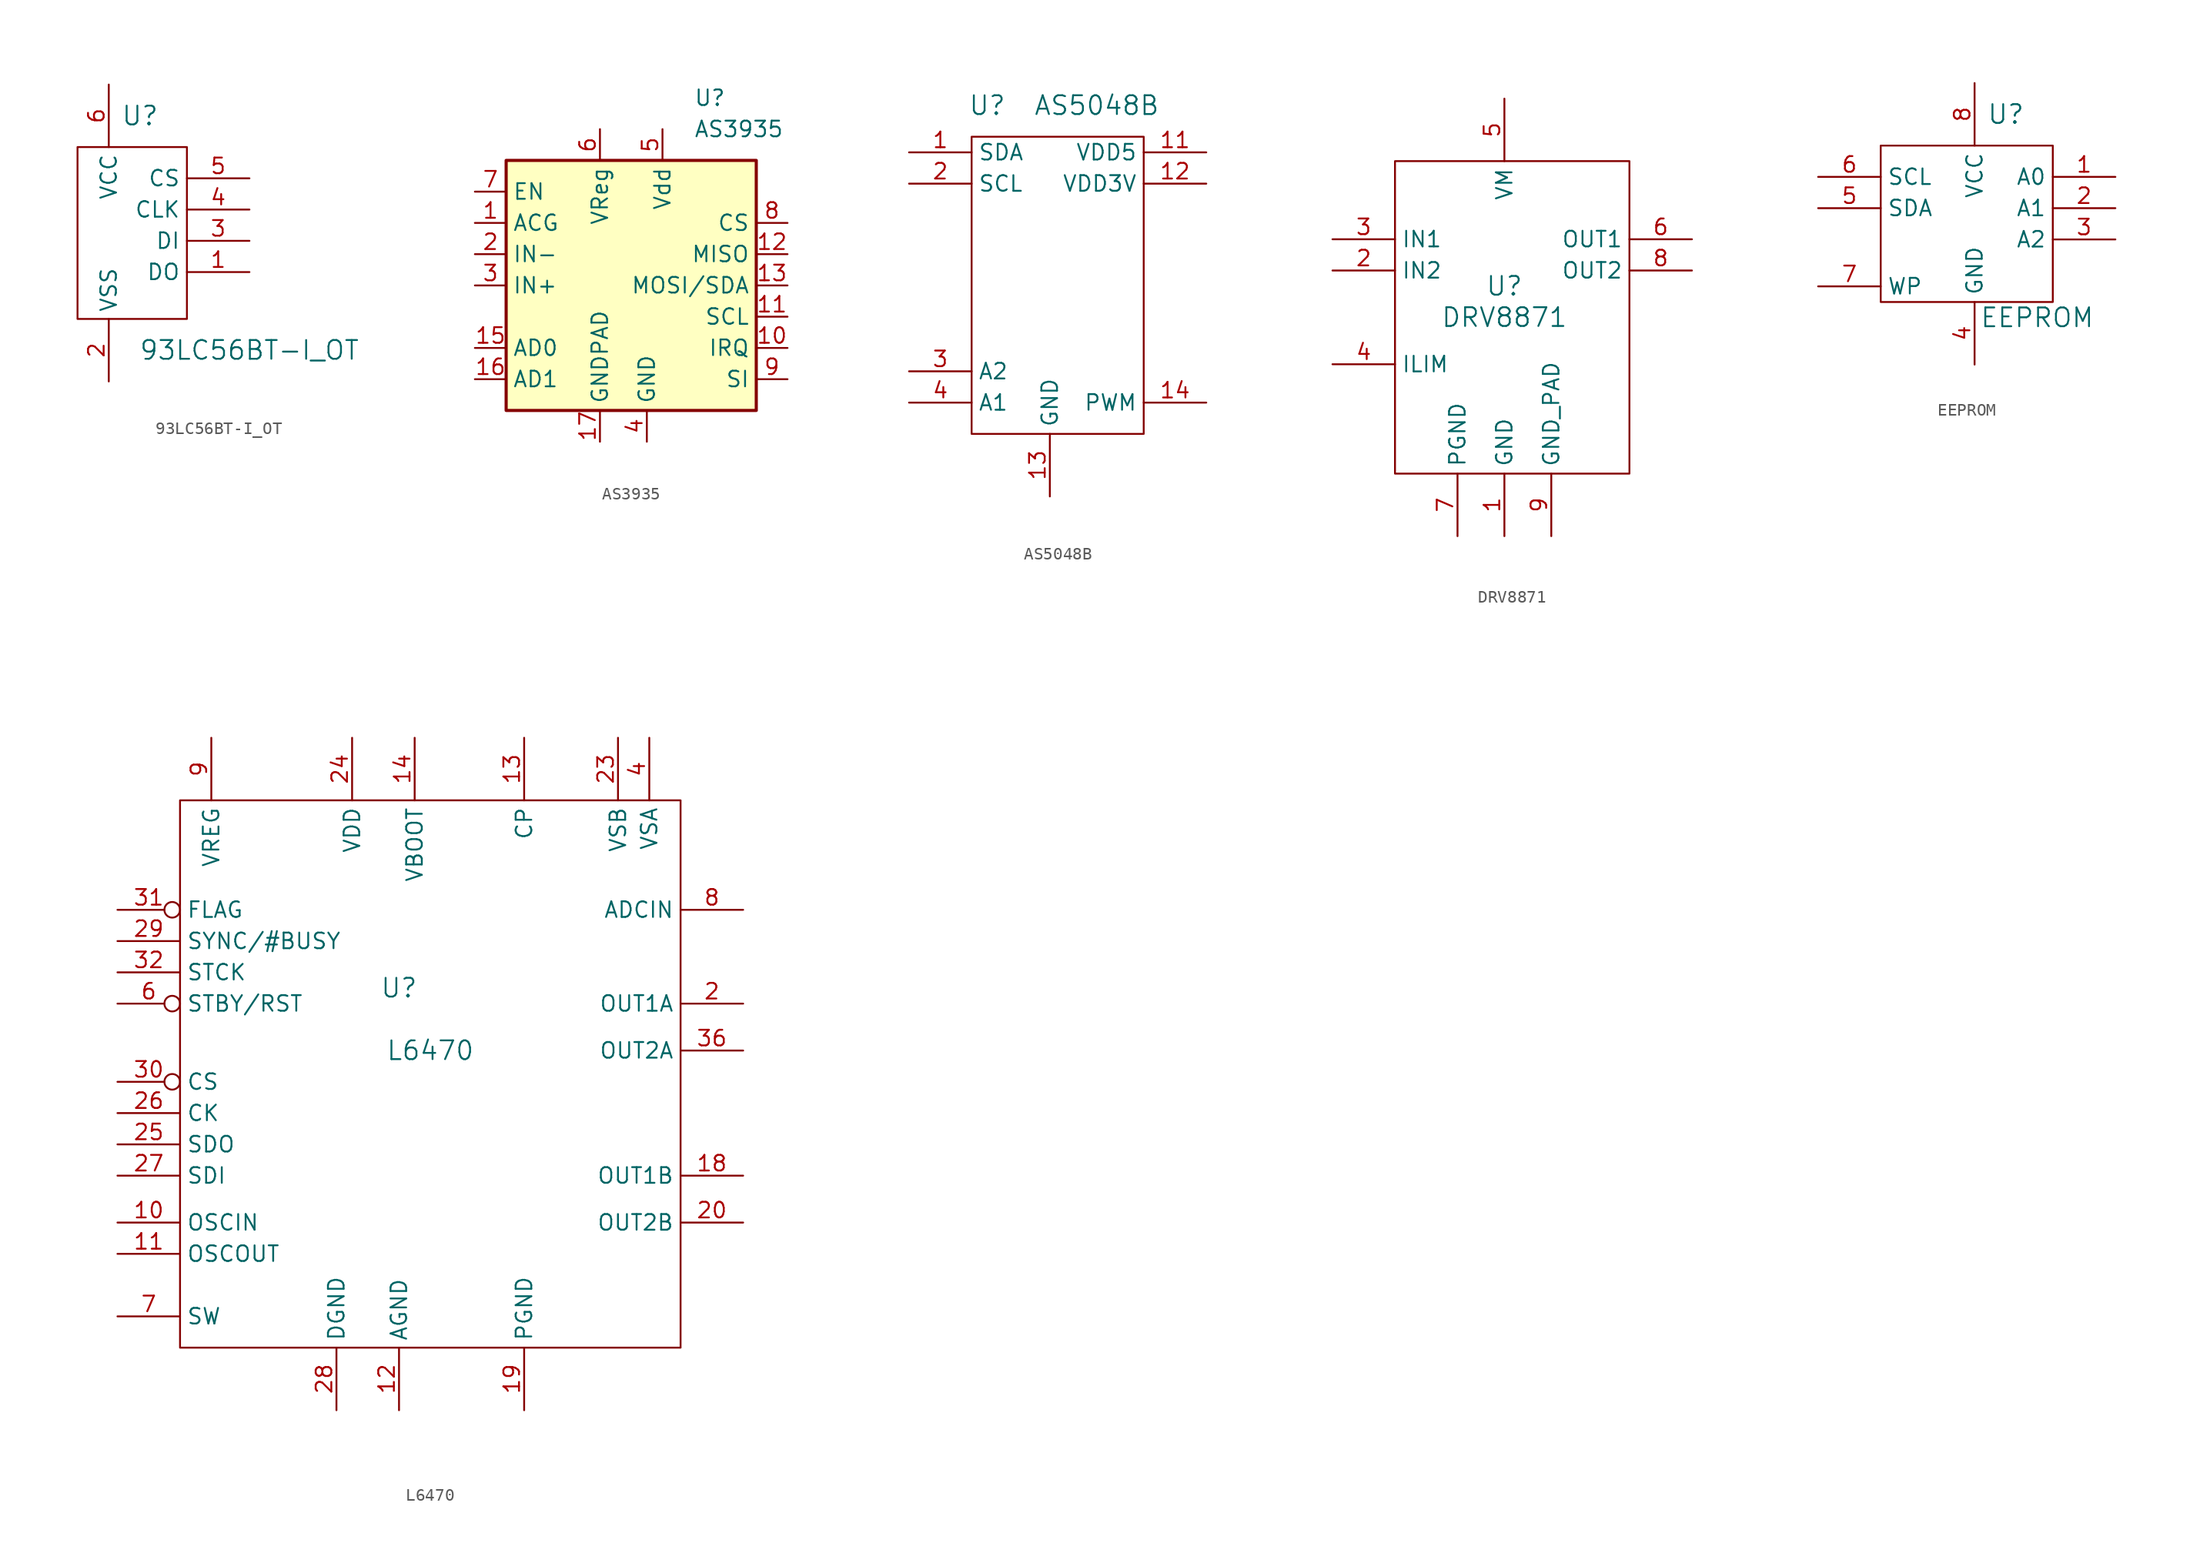
<source format=kicad_sym>
(kicad_symbol_lib
  (version 20220914)
  (generator kicad_symbol_editor)
  (symbol "93LC56BT-I_OT"
    (property "Reference" "U"
      (at 2.54 8.89 0)
      (effects (font (size 1.524 1.524))))
    (property "Value" "93LC56BT-I_OT"
      (at 11.43 -10.16 0)
      (effects (font (size 1.524 1.524))))
    (symbol "93LC56BT-I_OT_0_1"
      (rectangle (start -2.54 6.35) (end 6.35 -7.62) (stroke (width 0) (type default)) (fill (type none))))
    (symbol "93LC56BT-I_OT_1_1"
      (pin unspecified line (at 11.43 -3.81 180) (length 5.08) (name "DO" (effects (font (size 1.27 1.27)))) (number "1" (effects (font (size 1.27 1.27)))))
      (pin unspecified line (at 0 -12.7 90) (length 5.08) (name "VSS" (effects (font (size 1.27 1.27)))) (number "2" (effects (font (size 1.27 1.27)))))
      (pin unspecified line (at 11.43 -1.27 180) (length 5.08) (name "DI" (effects (font (size 1.27 1.27)))) (number "3" (effects (font (size 1.27 1.27)))))
      (pin unspecified line (at 11.43 1.27 180) (length 5.08) (name "CLK" (effects (font (size 1.27 1.27)))) (number "4" (effects (font (size 1.27 1.27)))))
      (pin unspecified line (at 11.43 3.81 180) (length 5.08) (name "CS" (effects (font (size 1.27 1.27)))) (number "5" (effects (font (size 1.27 1.27)))))
      (pin unspecified line (at 0 11.43 270) (length 5.08) (name "VCC" (effects (font (size 1.27 1.27)))) (number "6" (effects (font (size 1.27 1.27)))))))
  (symbol "AS3935"
    (property "Reference" "U"
      (at 5.08 15.24 0)
      (effects (font (size 1.27 1.27)) (justify left)))
    (property "Value" "AS3935"
      (at 5.08 12.7 0)
      (effects (font (size 1.27 1.27)) (justify left)))
    (symbol "AS3935_0_1"
      (rectangle (start -10.16 10.16) (end 10.16 -10.16) (stroke (width 0.254) (type default)) (fill (type background))))
    (symbol "AS3935_1_1"
      (pin input line (at -12.7 5.08 0) (length 2.54) (name "ACG" (effects (font (size 1.27 1.27)))) (number "1" (effects (font (size 1.27 1.27)))))
      (pin bidirectional line (at 12.7 -5.08 180) (length 2.54) (name "IRQ" (effects (font (size 1.27 1.27)))) (number "10" (effects (font (size 1.27 1.27)))))
      (pin bidirectional line (at 12.7 -2.54 180) (length 2.54) (name "SCL" (effects (font (size 1.27 1.27)))) (number "11" (effects (font (size 1.27 1.27)))))
      (pin output line (at 12.7 2.54 180) (length 2.54) (name "MISO" (effects (font (size 1.27 1.27)))) (number "12" (effects (font (size 1.27 1.27)))))
      (pin bidirectional line (at 12.7 0 180) (length 2.54) (name "MOSI/SDA" (effects (font (size 1.27 1.27)))) (number "13" (effects (font (size 1.27 1.27)))))
      (pin input line (at -12.7 -5.08 0) (length 2.54) (name "AD0" (effects (font (size 1.27 1.27)))) (number "15" (effects (font (size 1.27 1.27)))))
      (pin input line (at -12.7 -7.62 0) (length 2.54) (name "AD1" (effects (font (size 1.27 1.27)))) (number "16" (effects (font (size 1.27 1.27)))))
      (pin power_in line (at -2.54 -12.7 90) (length 2.54) (name "GNDPAD" (effects (font (size 1.27 1.27)))) (number "17" (effects (font (size 1.27 1.27)))))
      (pin input line (at -12.7 2.54 0) (length 2.54) (name "IN-" (effects (font (size 1.27 1.27)))) (number "2" (effects (font (size 1.27 1.27)))))
      (pin input line (at -12.7 0 0) (length 2.54) (name "IN+" (effects (font (size 1.27 1.27)))) (number "3" (effects (font (size 1.27 1.27)))))
      (pin power_in line (at 1.27 -12.7 90) (length 2.54) (name "GND" (effects (font (size 1.27 1.27)))) (number "4" (effects (font (size 1.27 1.27)))))
      (pin power_in line (at 2.54 12.7 270) (length 2.54) (name "Vdd" (effects (font (size 1.27 1.27)))) (number "5" (effects (font (size 1.27 1.27)))))
      (pin passive line (at -2.54 12.7 270) (length 2.54) (name "VReg" (effects (font (size 1.27 1.27)))) (number "6" (effects (font (size 1.27 1.27)))))
      (pin input line (at -12.7 7.62 0) (length 2.54) (name "EN" (effects (font (size 1.27 1.27)))) (number "7" (effects (font (size 1.27 1.27)))))
      (pin input line (at 12.7 5.08 180) (length 2.54) (name "CS" (effects (font (size 1.27 1.27)))) (number "8" (effects (font (size 1.27 1.27)))))
      (pin input line (at 12.7 -7.62 180) (length 2.54) (name "SI" (effects (font (size 1.27 1.27)))) (number "9" (effects (font (size 1.27 1.27)))))))
  (symbol "AS5048B"
    (property "Reference" "U"
      (at -6.35 6.35 0)
      (effects (font (size 1.524 1.524))))
    (property "Value" "AS5048B"
      (at 2.54 6.35 0)
      (effects (font (size 1.524 1.524))))
    (property "Footprint" ""
      (at 5.08 -1.27 0)
      (effects (font (size 1.524 1.524))))
    (property "Datasheet" ""
      (at 5.08 -1.27 0)
      (effects (font (size 1.524 1.524))))
    (symbol "AS5048B_0_1"
      (rectangle (start -7.62 3.81) (end 6.35 -20.32) (stroke (width 0) (type default)) (fill (type none))))
    (symbol "AS5048B_1_1"
      (pin bidirectional line (at -12.7 2.54 0) (length 5.08) (name "SDA" (effects (font (size 1.27 1.27)))) (number "1" (effects (font (size 1.27 1.27)))))
      (pin bidirectional line (at 11.43 2.54 180) (length 5.08) (name "VDD5" (effects (font (size 1.27 1.27)))) (number "11" (effects (font (size 1.27 1.27)))))
      (pin bidirectional line (at 11.43 0 180) (length 5.08) (name "VDD3V" (effects (font (size 1.27 1.27)))) (number "12" (effects (font (size 1.27 1.27)))))
      (pin bidirectional line (at -1.27 -25.4 90) (length 5.08) (name "GND" (effects (font (size 1.27 1.27)))) (number "13" (effects (font (size 1.27 1.27)))))
      (pin bidirectional line (at 11.43 -17.78 180) (length 5.08) (name "PWM" (effects (font (size 1.27 1.27)))) (number "14" (effects (font (size 1.27 1.27)))))
      (pin bidirectional line (at -12.7 0 0) (length 5.08) (name "SCL" (effects (font (size 1.27 1.27)))) (number "2" (effects (font (size 1.27 1.27)))))
      (pin bidirectional line (at -12.7 -15.24 0) (length 5.08) (name "A2" (effects (font (size 1.27 1.27)))) (number "3" (effects (font (size 1.27 1.27)))))
      (pin bidirectional line (at -12.7 -17.78 0) (length 5.08) (name "A1" (effects (font (size 1.27 1.27)))) (number "4" (effects (font (size 1.27 1.27)))))))
  (symbol "DRV8871"
    (property "Reference" "U"
      (at 0 2.54 0)
      (effects (font (size 1.524 1.524))))
    (property "Value" "DRV8871"
      (at 0 0 0)
      (effects (font (size 1.524 1.524))))
    (symbol "DRV8871_0_1"
      (rectangle (start -8.89 12.7) (end 10.16 -12.7) (stroke (width 0) (type default)) (fill (type none))))
    (symbol "DRV8871_1_1"
      (pin bidirectional line (at 0 -17.78 90) (length 5.08) (name "GND" (effects (font (size 1.27 1.27)))) (number "1" (effects (font (size 1.27 1.27)))))
      (pin bidirectional line (at -13.97 3.81 0) (length 5.08) (name "IN2" (effects (font (size 1.27 1.27)))) (number "2" (effects (font (size 1.27 1.27)))))
      (pin bidirectional line (at -13.97 6.35 0) (length 5.08) (name "IN1" (effects (font (size 1.27 1.27)))) (number "3" (effects (font (size 1.27 1.27)))))
      (pin bidirectional line (at -13.97 -3.81 0) (length 5.08) (name "ILIM" (effects (font (size 1.27 1.27)))) (number "4" (effects (font (size 1.27 1.27)))))
      (pin bidirectional line (at 0 17.78 270) (length 5.08) (name "VM" (effects (font (size 1.27 1.27)))) (number "5" (effects (font (size 1.27 1.27)))))
      (pin bidirectional line (at 15.24 6.35 180) (length 5.08) (name "OUT1" (effects (font (size 1.27 1.27)))) (number "6" (effects (font (size 1.27 1.27)))))
      (pin bidirectional line (at -3.81 -17.78 90) (length 5.08) (name "PGND" (effects (font (size 1.27 1.27)))) (number "7" (effects (font (size 1.27 1.27)))))
      (pin bidirectional line (at 15.24 3.81 180) (length 5.08) (name "OUT2" (effects (font (size 1.27 1.27)))) (number "8" (effects (font (size 1.27 1.27)))))
      (pin bidirectional line (at 3.81 -17.78 90) (length 5.08) (name "GND_PAD" (effects (font (size 1.27 1.27)))) (number "9" (effects (font (size 1.27 1.27)))))))
  (symbol "EEPROM"
    (property "Reference" "U"
      (at 2.54 10.16 0)
      (effects (font (size 1.524 1.524))))
    (property "Value" "EEPROM"
      (at 5.08 -6.35 0)
      (effects (font (size 1.524 1.524))))
    (symbol "EEPROM_0_1"
      (rectangle (start -7.62 7.62) (end 6.35 -5.08) (stroke (width 0) (type default)) (fill (type none))))
    (symbol "EEPROM_1_1"
      (pin input line (at 11.43 5.08 180) (length 5.08) (name "A0" (effects (font (size 1.27 1.27)))) (number "1" (effects (font (size 1.27 1.27)))))
      (pin input line (at 11.43 2.54 180) (length 5.08) (name "A1" (effects (font (size 1.27 1.27)))) (number "2" (effects (font (size 1.27 1.27)))))
      (pin input line (at 11.43 0 180) (length 5.08) (name "A2" (effects (font (size 1.27 1.27)))) (number "3" (effects (font (size 1.27 1.27)))))
      (pin input line (at 0 -10.16 90) (length 5.08) (name "GND" (effects (font (size 1.27 1.27)))) (number "4" (effects (font (size 1.27 1.27)))))
      (pin input line (at -12.7 2.54 0) (length 5.08) (name "SDA" (effects (font (size 1.27 1.27)))) (number "5" (effects (font (size 1.27 1.27)))))
      (pin input line (at -12.7 5.08 0) (length 5.08) (name "SCL" (effects (font (size 1.27 1.27)))) (number "6" (effects (font (size 1.27 1.27)))))
      (pin input line (at -12.7 -3.81 0) (length 5.08) (name "WP" (effects (font (size 1.27 1.27)))) (number "7" (effects (font (size 1.27 1.27)))))
      (pin input line (at 0 12.7 270) (length 5.08) (name "VCC" (effects (font (size 1.27 1.27)))) (number "8" (effects (font (size 1.27 1.27)))))))
  (symbol "L6470"
    (property "Reference" "U"
      (at -1.27 6.35 0)
      (effects (font (size 1.524 1.524))))
    (property "Value" "L6470"
      (at 1.27 1.27 0)
      (effects (font (size 1.524 1.524))))
    (property "Footprint" ""
      (at 5.08 -1.27 0)
      (effects (font (size 1.524 1.524))))
    (property "Datasheet" ""
      (at 5.08 -1.27 0)
      (effects (font (size 1.524 1.524))))
    (symbol "L6470_0_1"
      (rectangle (start -19.05 21.59) (end 21.59 -22.86) (stroke (width 0) (type default)) (fill (type none))))
    (symbol "L6470_1_1"
      (pin input line (at 8.89 -27.94 90) (length 5.08) hide (name "PGND" (effects (font (size 1.27 1.27)))) (number "1" (effects (font (size 1.27 1.27)))))
      (pin unspecified line (at -24.13 -12.7 0) (length 5.08) (name "OSCIN" (effects (font (size 1.27 1.27)))) (number "10" (effects (font (size 1.27 1.27)))))
      (pin unspecified line (at -24.13 -15.24 0) (length 5.08) (name "OSCOUT" (effects (font (size 1.27 1.27)))) (number "11" (effects (font (size 1.27 1.27)))))
      (pin unspecified line (at -1.27 -27.94 90) (length 5.08) (name "AGND" (effects (font (size 1.27 1.27)))) (number "12" (effects (font (size 1.27 1.27)))))
      (pin unspecified line (at 8.89 26.67 270) (length 5.08) (name "CP" (effects (font (size 1.27 1.27)))) (number "13" (effects (font (size 1.27 1.27)))))
      (pin unspecified line (at 0 26.67 270) (length 5.08) (name "VBOOT" (effects (font (size 1.27 1.27)))) (number "14" (effects (font (size 1.27 1.27)))))
      (pin unspecified line (at 16.51 26.67 270) (length 5.08) hide (name "VSB" (effects (font (size 1.27 1.27)))) (number "15" (effects (font (size 1.27 1.27)))))
      (pin unspecified line (at 16.51 26.67 270) (length 5.08) hide (name "VSB" (effects (font (size 1.27 1.27)))) (number "16" (effects (font (size 1.27 1.27)))))
      (pin unspecified line (at 26.67 -8.89 180) (length 5.08) hide (name "OUT1B" (effects (font (size 1.27 1.27)))) (number "17" (effects (font (size 1.27 1.27)))))
      (pin unspecified line (at 26.67 -8.89 180) (length 5.08) (name "OUT1B" (effects (font (size 1.27 1.27)))) (number "18" (effects (font (size 1.27 1.27)))))
      (pin input line (at 8.89 -27.94 90) (length 5.08) (name "PGND" (effects (font (size 1.27 1.27)))) (number "19" (effects (font (size 1.27 1.27)))))
      (pin unspecified line (at 26.67 5.08 180) (length 5.08) (name "OUT1A" (effects (font (size 1.27 1.27)))) (number "2" (effects (font (size 1.27 1.27)))))
      (pin unspecified line (at 26.67 -12.7 180) (length 5.08) (name "OUT2B" (effects (font (size 1.27 1.27)))) (number "20" (effects (font (size 1.27 1.27)))))
      (pin unspecified line (at 26.67 -12.7 180) (length 5.08) hide (name "OUT2B" (effects (font (size 1.27 1.27)))) (number "21" (effects (font (size 1.27 1.27)))))
      (pin unspecified line (at 16.51 26.67 270) (length 5.08) hide (name "VSB" (effects (font (size 1.27 1.27)))) (number "22" (effects (font (size 1.27 1.27)))))
      (pin unspecified line (at 16.51 26.67 270) (length 5.08) (name "VSB" (effects (font (size 1.27 1.27)))) (number "23" (effects (font (size 1.27 1.27)))))
      (pin unspecified line (at -5.08 26.67 270) (length 5.08) (name "VDD" (effects (font (size 1.27 1.27)))) (number "24" (effects (font (size 1.27 1.27)))))
      (pin unspecified line (at -24.13 -6.35 0) (length 5.08) (name "SDO" (effects (font (size 1.27 1.27)))) (number "25" (effects (font (size 1.27 1.27)))))
      (pin unspecified line (at -24.13 -3.81 0) (length 5.08) (name "CK" (effects (font (size 1.27 1.27)))) (number "26" (effects (font (size 1.27 1.27)))))
      (pin unspecified line (at -24.13 -8.89 0) (length 5.08) (name "SDI" (effects (font (size 1.27 1.27)))) (number "27" (effects (font (size 1.27 1.27)))))
      (pin unspecified line (at -6.35 -27.94 90) (length 5.08) (name "DGND" (effects (font (size 1.27 1.27)))) (number "28" (effects (font (size 1.27 1.27)))))
      (pin unspecified line (at -24.13 10.16 0) (length 5.08) (name "SYNC/#BUSY" (effects (font (size 1.27 1.27)))) (number "29" (effects (font (size 1.27 1.27)))))
      (pin unspecified line (at 26.67 5.08 180) (length 5.08) hide (name "OUT1A" (effects (font (size 1.27 1.27)))) (number "3" (effects (font (size 1.27 1.27)))))
      (pin unspecified inverted (at -24.13 -1.27 0) (length 5.08) (name "CS" (effects (font (size 1.27 1.27)))) (number "30" (effects (font (size 1.27 1.27)))))
      (pin unspecified inverted (at -24.13 12.7 0) (length 5.08) (name "FLAG" (effects (font (size 1.27 1.27)))) (number "31" (effects (font (size 1.27 1.27)))))
      (pin unspecified line (at -24.13 7.62 0) (length 5.08) (name "STCK" (effects (font (size 1.27 1.27)))) (number "32" (effects (font (size 1.27 1.27)))))
      (pin unspecified line (at 19.05 26.67 270) (length 5.08) hide (name "VSA" (effects (font (size 1.27 1.27)))) (number "33" (effects (font (size 1.27 1.27)))))
      (pin unspecified line (at 19.05 26.67 270) (length 5.08) hide (name "VSA" (effects (font (size 1.27 1.27)))) (number "34" (effects (font (size 1.27 1.27)))))
      (pin unspecified line (at 26.67 1.27 180) (length 5.08) hide (name "OUT2A" (effects (font (size 1.27 1.27)))) (number "35" (effects (font (size 1.27 1.27)))))
      (pin unspecified line (at 26.67 1.27 180) (length 5.08) (name "OUT2A" (effects (font (size 1.27 1.27)))) (number "36" (effects (font (size 1.27 1.27)))))
      (pin unspecified line (at 19.05 26.67 270) (length 5.08) (name "VSA" (effects (font (size 1.27 1.27)))) (number "4" (effects (font (size 1.27 1.27)))))
      (pin unspecified line (at 19.05 26.67 270) (length 5.08) hide (name "VSA" (effects (font (size 1.27 1.27)))) (number "5" (effects (font (size 1.27 1.27)))))
      (pin input line (at 8.89 -27.94 90) (length 5.08) hide (name "PGND" (effects (font (size 1.27 1.27)))) (number "50" (effects (font (size 1.27 1.27)))))
      (pin input line (at 8.89 -27.94 90) (length 5.08) hide (name "PGND" (effects (font (size 1.27 1.27)))) (number "51" (effects (font (size 1.27 1.27)))))
      (pin input line (at 8.89 -27.94 90) (length 5.08) hide (name "PGND" (effects (font (size 1.27 1.27)))) (number "52" (effects (font (size 1.27 1.27)))))
      (pin unspecified inverted (at -24.13 5.08 0) (length 5.08) (name "STBY/RST" (effects (font (size 1.27 1.27)))) (number "6" (effects (font (size 1.27 1.27)))))
      (pin unspecified line (at -24.13 -20.32 0) (length 5.08) (name "SW" (effects (font (size 1.27 1.27)))) (number "7" (effects (font (size 1.27 1.27)))))
      (pin unspecified line (at 26.67 12.7 180) (length 5.08) (name "ADCIN" (effects (font (size 1.27 1.27)))) (number "8" (effects (font (size 1.27 1.27)))))
      (pin unspecified line (at -16.51 26.67 270) (length 5.08) (name "VREG" (effects (font (size 1.27 1.27)))) (number "9" (effects (font (size 1.27 1.27))))))))
</source>
